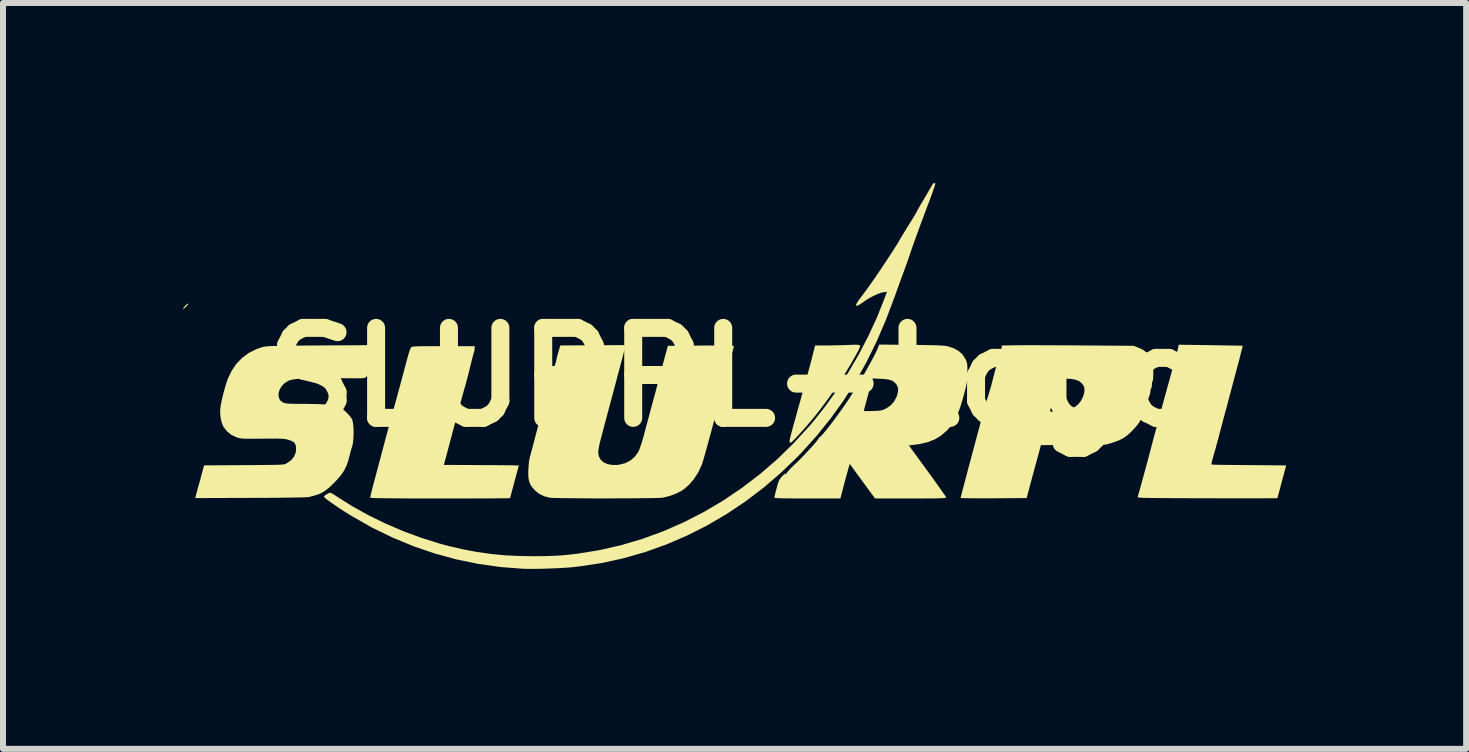
<source format=kicad_pcb>
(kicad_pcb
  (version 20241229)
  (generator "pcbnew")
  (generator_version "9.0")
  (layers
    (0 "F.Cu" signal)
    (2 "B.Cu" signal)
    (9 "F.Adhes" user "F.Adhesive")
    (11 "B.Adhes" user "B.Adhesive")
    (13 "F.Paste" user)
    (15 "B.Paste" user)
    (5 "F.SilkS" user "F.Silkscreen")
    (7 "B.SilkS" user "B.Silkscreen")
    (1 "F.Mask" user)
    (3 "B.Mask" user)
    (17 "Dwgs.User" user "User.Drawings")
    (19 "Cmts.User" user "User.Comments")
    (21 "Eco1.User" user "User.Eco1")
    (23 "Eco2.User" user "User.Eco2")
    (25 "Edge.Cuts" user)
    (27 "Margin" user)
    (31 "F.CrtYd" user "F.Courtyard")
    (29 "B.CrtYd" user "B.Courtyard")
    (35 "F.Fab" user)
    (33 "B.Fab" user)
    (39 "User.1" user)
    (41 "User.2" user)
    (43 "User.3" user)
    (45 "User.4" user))
  (footprint "SLURPL-Logo"
    (layer "F.Cu")
    (at 9.219 3.237)
    (property "Reference" "SLURPL-Logo" (at 0 0 0) (layer "F.SilkS") (effects (font (size 1.5 1.5) (thickness 0.3))))
    (attr board_only exclude_from_pos_files exclude_from_bom)
    (fp_poly (pts (xy -9.134 -1.216) (xy -9.15 -1.194) (xy -9.176 -1.167) (xy -9.202 -1.143) (xy -9.217 -1.132) (xy -9.219 -1.136) (xy -9.219 -1.137) (xy -9.197 -1.172) (xy -9.171 -1.202) (xy -9.149 -1.222) (xy -9.134 -1.226)) (stroke (width 0) (type solid)) (fill yes) (layer "F.SilkS"))
    (fp_poly (pts (xy 2.047 -0.537) (xy 2.065 -0.526) (xy 2.066 -0.505) (xy 2.053 -0.473) (xy 2.029 -0.426) (xy 2.008 -0.388) (xy 1.902 -0.201) (xy 1.782 -0.005) (xy 1.652 0.193) (xy 1.516 0.386) (xy 1.379 0.568) (xy 1.27 0.704) (xy 1.213 0.77) (xy 1.156 0.837) (xy 1.099 0.901) (xy 1.045 0.96) (xy 0.997 1.011) (xy 0.957 1.052) (xy 0.927 1.081) (xy 0.91 1.094) (xy 0.907 1.095) (xy 0.894 1.085) (xy 0.891 1.068) (xy 0.892 1.057) (xy 0.895 1.039) (xy 0.901 1.011) (xy 0.911 0.973) (xy 0.924 0.923) (xy 0.941 0.858) (xy 0.963 0.777) (xy 0.991 0.679) (xy 1.023 0.561) (xy 1.062 0.422) (xy 1.071 0.391) (xy 1.11 0.249) (xy 1.144 0.127) (xy 1.173 0.023) (xy 1.197 -0.067) (xy 1.218 -0.144) (xy 1.237 -0.213) (xy 1.253 -0.275) (xy 1.268 -0.334) (xy 1.277 -0.37) (xy 1.317 -0.529) (xy 1.504 -0.529) (xy 1.59 -0.53) (xy 1.687 -0.532) (xy 1.786 -0.534) (xy 1.874 -0.537) (xy 1.88 -0.537) (xy 1.957 -0.541) (xy 2.012 -0.541)) (stroke (width 0) (type solid)) (fill yes) (layer "F.SilkS"))
    (fp_poly (pts (xy -4.356 -0.489) (xy -4.359 -0.456) (xy -4.366 -0.426) (xy -4.378 -0.386) (xy -4.393 -0.329) (xy -4.411 -0.26) (xy -4.429 -0.186) (xy -4.447 -0.111) (xy -4.452 -0.09) (xy -4.466 -0.036) (xy -4.484 0.033) (xy -4.504 0.107) (xy -4.524 0.179) (xy -4.525 0.18) (xy -4.538 0.226) (xy -4.556 0.292) (xy -4.579 0.374) (xy -4.605 0.47) (xy -4.634 0.577) (xy -4.665 0.69) (xy -4.696 0.808) (xy -4.721 0.902) (xy -4.87 1.462) (xy -4.246 1.465) (xy -4.126 1.466) (xy -4.013 1.466) (xy -3.911 1.467) (xy -3.82 1.468) (xy -3.744 1.469) (xy -3.684 1.47) (xy -3.643 1.47) (xy -3.623 1.471) (xy -3.622 1.471) (xy -3.625 1.483) (xy -3.633 1.515) (xy -3.646 1.564) (xy -3.663 1.626) (xy -3.682 1.698) (xy -3.694 1.743) (xy -3.714 1.819) (xy -3.733 1.888) (xy -3.748 1.945) (xy -3.759 1.987) (xy -3.765 2.012) (xy -3.766 2.016) (xy -3.778 2.017) (xy -3.812 2.018) (xy -3.867 2.018) (xy -3.941 2.019) (xy -4.033 2.02) (xy -4.14 2.02) (xy -4.262 2.02) (xy -4.397 2.021) (xy -4.542 2.021) (xy -4.697 2.021) (xy -4.859 2.021) (xy -4.933 2.021) (xy -5.14 2.021) (xy -5.323 2.021) (xy -5.485 2.021) (xy -5.625 2.02) (xy -5.745 2.019) (xy -5.845 2.018) (xy -5.928 2.017) (xy -5.993 2.016) (xy -6.042 2.014) (xy -6.076 2.012) (xy -6.095 2.01) (xy -6.1 2.008) (xy -6.097 1.993) (xy -6.089 1.958) (xy -6.076 1.906) (xy -6.059 1.84) (xy -6.039 1.764) (xy -6.017 1.68) (xy -6.015 1.674) (xy -5.991 1.584) (xy -5.968 1.497) (xy -5.947 1.417) (xy -5.928 1.349) (xy -5.914 1.295) (xy -5.906 1.263) (xy -5.888 1.197) (xy -5.867 1.117) (xy -5.843 1.026) (xy -5.817 0.93) (xy -5.79 0.831) (xy -5.764 0.733) (xy -5.739 0.641) (xy -5.716 0.557) (xy -5.696 0.486) (xy -5.681 0.432) (xy -5.673 0.403) (xy -5.653 0.332) (xy -5.628 0.239) (xy -5.596 0.122) (xy -5.559 -0.016) (xy -5.517 -0.175) (xy -5.475 -0.331) (xy -5.459 -0.388) (xy -5.443 -0.439) (xy -5.428 -0.476) (xy -5.418 -0.496) (xy -5.418 -0.496) (xy -5.412 -0.501) (xy -5.402 -0.506) (xy -5.387 -0.509) (xy -5.364 -0.512) (xy -5.331 -0.514) (xy -5.286 -0.515) (xy -5.227 -0.516) (xy -5.151 -0.517) (xy -5.057 -0.517) (xy -4.941 -0.517) (xy -4.877 -0.517) (xy -4.356 -0.517)) (stroke (width 0) (type solid)) (fill yes) (layer "F.SilkS"))
    (fp_poly (pts (xy 7.909 -0.534) (xy 8.019 -0.532) (xy 8.122 -0.53) (xy 8.215 -0.529) (xy 8.296 -0.527) (xy 8.361 -0.526) (xy 8.409 -0.525) (xy 8.438 -0.524) (xy 8.444 -0.523) (xy 8.442 -0.511) (xy 8.435 -0.479) (xy 8.422 -0.43) (xy 8.406 -0.366) (xy 8.387 -0.291) (xy 8.365 -0.207) (xy 8.362 -0.197) (xy 8.335 -0.097) (xy 8.307 0.008) (xy 8.279 0.113) (xy 8.253 0.211) (xy 8.23 0.297) (xy 8.218 0.343) (xy 8.198 0.419) (xy 8.178 0.495) (xy 8.159 0.563) (xy 8.144 0.619) (xy 8.136 0.65) (xy 8.124 0.694) (xy 8.108 0.754) (xy 8.09 0.825) (xy 8.07 0.898) (xy 8.061 0.932) (xy 8.042 1.007) (xy 8.021 1.083) (xy 8.002 1.152) (xy 7.987 1.209) (xy 7.981 1.227) (xy 7.958 1.307) (xy 7.942 1.366) (xy 7.931 1.408) (xy 7.925 1.436) (xy 7.924 1.451) (xy 7.925 1.456) (xy 7.938 1.457) (xy 7.973 1.458) (xy 8.027 1.46) (xy 8.098 1.461) (xy 8.185 1.462) (xy 8.284 1.463) (xy 8.393 1.464) (xy 8.511 1.465) (xy 8.55 1.466) (xy 8.669 1.466) (xy 8.781 1.467) (xy 8.883 1.468) (xy 8.973 1.469) (xy 9.049 1.47) (xy 9.108 1.47) (xy 9.148 1.471) (xy 9.167 1.472) (xy 9.169 1.472) (xy 9.166 1.484) (xy 9.157 1.515) (xy 9.144 1.564) (xy 9.128 1.626) (xy 9.108 1.698) (xy 9.096 1.743) (xy 9.076 1.819) (xy 9.058 1.888) (xy 9.042 1.945) (xy 9.031 1.987) (xy 9.025 2.012) (xy 9.024 2.016) (xy 9.012 2.017) (xy 8.979 2.018) (xy 8.925 2.018) (xy 8.854 2.018) (xy 8.766 2.019) (xy 8.665 2.019) (xy 8.552 2.019) (xy 8.429 2.019) (xy 8.299 2.019) (xy 8.163 2.019) (xy 8.024 2.019) (xy 7.883 2.018) (xy 7.743 2.018) (xy 7.606 2.018) (xy 7.473 2.017) (xy 7.347 2.017) (xy 7.23 2.016) (xy 7.123 2.015) (xy 7.03 2.015) (xy 6.951 2.014) (xy 6.89 2.013) (xy 6.86 2.012) (xy 6.793 2.011) (xy 6.746 2.009) (xy 6.716 2.006) (xy 6.7 2.002) (xy 6.694 1.996) (xy 6.696 1.988) (xy 6.701 1.971) (xy 6.711 1.937) (xy 6.726 1.883) (xy 6.747 1.81) (xy 6.772 1.716) (xy 6.804 1.6) (xy 6.84 1.468) (xy 6.856 1.409) (xy 6.875 1.337) (xy 6.895 1.261) (xy 6.912 1.197) (xy 6.932 1.121) (xy 6.956 1.031) (xy 6.982 0.932) (xy 7.011 0.826) (xy 7.04 0.716) (xy 7.07 0.607) (xy 7.098 0.5) (xy 7.126 0.4) (xy 7.15 0.31) (xy 7.172 0.233) (xy 7.188 0.171) (xy 7.2 0.13) (xy 7.202 0.125) (xy 7.216 0.073) (xy 7.235 0.006) (xy 7.255 -0.069) (xy 7.275 -0.144) (xy 7.28 -0.163) (xy 7.297 -0.23) (xy 7.314 -0.294) (xy 7.329 -0.348) (xy 7.34 -0.387) (xy 7.344 -0.397) (xy 7.357 -0.442) (xy 7.367 -0.486) (xy 7.369 -0.496) (xy 7.377 -0.541)) (stroke (width 0) (type solid)) (fill yes) (layer "F.SilkS"))
    (fp_poly (pts (xy 5.015 -0.533) (xy 5.139 -0.532) (xy 5.274 -0.532) (xy 5.416 -0.531) (xy 5.562 -0.531) (xy 5.711 -0.53) (xy 5.775 -0.529) (xy 6.624 -0.523) (xy 6.7 -0.495) (xy 6.781 -0.458) (xy 6.843 -0.412) (xy 6.891 -0.354) (xy 6.915 -0.313) (xy 6.932 -0.279) (xy 6.943 -0.251) (xy 6.95 -0.223) (xy 6.953 -0.188) (xy 6.954 -0.14) (xy 6.955 -0.088) (xy 6.954 -0.027) (xy 6.951 0.021) (xy 6.947 0.054) (xy 6.943 0.066) (xy 6.935 0.082) (xy 6.931 0.112) (xy 6.931 0.126) (xy 6.928 0.16) (xy 6.922 0.183) (xy 6.919 0.186) (xy 6.91 0.202) (xy 6.907 0.232) (xy 6.906 0.236) (xy 6.901 0.274) (xy 6.887 0.316) (xy 6.882 0.328) (xy 6.867 0.37) (xy 6.859 0.413) (xy 6.858 0.423) (xy 6.855 0.454) (xy 6.848 0.474) (xy 6.846 0.475) (xy 6.836 0.492) (xy 6.834 0.505) (xy 6.829 0.529) (xy 6.816 0.563) (xy 6.811 0.573) (xy 6.792 0.611) (xy 6.769 0.658) (xy 6.757 0.684) (xy 6.733 0.731) (xy 6.708 0.771) (xy 6.677 0.811) (xy 6.637 0.856) (xy 6.588 0.908) (xy 6.527 0.964) (xy 6.469 1.007) (xy 6.406 1.042) (xy 6.33 1.073) (xy 6.275 1.091) (xy 6.167 1.124) (xy 5.624 1.128) (xy 5.081 1.133) (xy 5.006 1.412) (xy 4.981 1.502) (xy 4.956 1.596) (xy 4.931 1.687) (xy 4.909 1.769) (xy 4.891 1.836) (xy 4.887 1.853) (xy 4.843 2.015) (xy 4.292 2.019) (xy 4.18 2.019) (xy 4.075 2.019) (xy 3.981 2.019) (xy 3.898 2.018) (xy 3.831 2.017) (xy 3.781 2.016) (xy 3.751 2.014) (xy 3.742 2.013) (xy 3.745 1.999) (xy 3.754 1.965) (xy 3.767 1.912) (xy 3.786 1.843) (xy 3.808 1.759) (xy 3.833 1.664) (xy 3.861 1.558) (xy 3.891 1.445) (xy 3.923 1.327) (xy 3.955 1.206) (xy 3.988 1.084) (xy 4.018 0.972) (xy 4.034 0.91) (xy 4.053 0.842) (xy 4.067 0.787) (xy 4.096 0.681) (xy 4.119 0.595) (xy 4.127 0.566) (xy 5.234 0.566) (xy 5.245 0.573) (xy 5.276 0.576) (xy 5.323 0.576) (xy 5.381 0.573) (xy 5.446 0.566) (xy 5.448 0.565) (xy 5.544 0.546) (xy 5.623 0.513) (xy 5.689 0.464) (xy 5.7 0.455) (xy 5.744 0.401) (xy 5.778 0.339) (xy 5.8 0.275) (xy 5.808 0.214) (xy 5.801 0.162) (xy 5.795 0.148) (xy 5.762 0.101) (xy 5.717 0.065) (xy 5.656 0.042) (xy 5.578 0.028) (xy 5.481 0.024) (xy 5.38 0.024) (xy 5.368 0.063) (xy 5.36 0.09) (xy 5.347 0.133) (xy 5.332 0.189) (xy 5.315 0.252) (xy 5.297 0.319) (xy 5.28 0.386) (xy 5.263 0.448) (xy 5.25 0.501) (xy 5.24 0.54) (xy 5.234 0.563) (xy 5.234 0.566) (xy 4.127 0.566) (xy 4.138 0.526) (xy 4.154 0.469) (xy 4.167 0.423) (xy 4.179 0.382) (xy 4.191 0.345) (xy 4.199 0.319) (xy 4.219 0.255) (xy 4.24 0.183) (xy 4.258 0.119) (xy 4.261 0.108) (xy 4.291 -0.01) (xy 4.316 -0.106) (xy 4.337 -0.181) (xy 4.352 -0.237) (xy 4.36 -0.265) (xy 4.373 -0.309) (xy 4.385 -0.361) (xy 4.391 -0.388) (xy 4.401 -0.426) (xy 4.41 -0.454) (xy 4.417 -0.464) (xy 4.425 -0.48) (xy 4.428 -0.499) (xy 4.428 -0.528) (xy 4.678 -0.532) (xy 4.733 -0.532) (xy 4.809 -0.533) (xy 4.904 -0.533)) (stroke (width 0) (type solid)) (fill yes) (layer "F.SilkS"))
    (fp_poly (pts (xy 2.923 -0.538) (xy 3.056 -0.537) (xy 3.167 -0.535) (xy 3.259 -0.534) (xy 3.334 -0.532) (xy 3.393 -0.529) (xy 3.441 -0.526) (xy 3.478 -0.523) (xy 3.507 -0.519) (xy 3.53 -0.514) (xy 3.535 -0.513) (xy 3.633 -0.48) (xy 3.711 -0.436) (xy 3.773 -0.38) (xy 3.819 -0.31) (xy 3.823 -0.303) (xy 3.837 -0.273) (xy 3.846 -0.247) (xy 3.852 -0.218) (xy 3.855 -0.182) (xy 3.856 -0.131) (xy 3.856 -0.078) (xy 3.855 -0.017) (xy 3.853 0.033) (xy 3.848 0.077) (xy 3.84 0.123) (xy 3.828 0.177) (xy 3.81 0.246) (xy 3.804 0.269) (xy 3.767 0.402) (xy 3.731 0.515) (xy 3.695 0.611) (xy 3.658 0.692) (xy 3.618 0.762) (xy 3.573 0.823) (xy 3.523 0.88) (xy 3.508 0.895) (xy 3.415 0.975) (xy 3.312 1.037) (xy 3.198 1.082) (xy 3.069 1.113) (xy 3.005 1.122) (xy 2.88 1.137) (xy 3.191 1.563) (xy 3.256 1.652) (xy 3.316 1.736) (xy 3.37 1.812) (xy 3.417 1.878) (xy 3.455 1.933) (xy 3.483 1.973) (xy 3.498 1.998) (xy 3.501 2.005) (xy 3.498 2.009) (xy 3.488 2.012) (xy 3.467 2.014) (xy 3.436 2.017) (xy 3.392 2.018) (xy 3.333 2.02) (xy 3.257 2.02) (xy 3.162 2.021) (xy 3.047 2.021) (xy 2.91 2.021) (xy 2.908 2.021) (xy 2.316 2.021) (xy 2.105 1.734) (xy 1.895 1.446) (xy 1.876 1.508) (xy 1.867 1.54) (xy 1.854 1.589) (xy 1.836 1.653) (xy 1.817 1.724) (xy 1.798 1.796) (xy 1.739 2.021) (xy 1.188 2.021) (xy 1.051 2.021) (xy 0.936 2.021) (xy 0.842 2.02) (xy 0.768 2.019) (xy 0.712 2.017) (xy 0.673 2.015) (xy 0.649 2.012) (xy 0.638 2.008) (xy 0.638 2.007) (xy 0.641 1.991) (xy 0.649 1.956) (xy 0.661 1.908) (xy 0.675 1.852) (xy 0.675 1.852) (xy 0.692 1.791) (xy 0.706 1.747) (xy 0.719 1.715) (xy 0.736 1.689) (xy 0.758 1.662) (xy 0.773 1.646) (xy 0.799 1.619) (xy 0.816 1.603) (xy 0.819 1.601) (xy 0.818 1.604) (xy 0.809 1.619) (xy 0.816 1.62) (xy 0.821 1.618) (xy 0.84 1.603) (xy 0.854 1.583) (xy 0.869 1.564) (xy 0.897 1.533) (xy 0.935 1.495) (xy 0.979 1.453) (xy 0.981 1.451) (xy 1.023 1.411) (xy 1.072 1.362) (xy 1.124 1.309) (xy 1.177 1.252) (xy 1.229 1.197) (xy 1.277 1.144) (xy 1.318 1.097) (xy 1.349 1.059) (xy 1.369 1.033) (xy 1.375 1.022) (xy 1.382 1.009) (xy 1.395 0.999) (xy 1.414 0.983) (xy 1.446 0.949) (xy 1.487 0.9) (xy 1.536 0.839) (xy 1.59 0.769) (xy 1.649 0.691) (xy 1.709 0.609) (xy 1.743 0.562) (xy 2.13 0.562) (xy 2.141 0.564) (xy 2.172 0.565) (xy 2.217 0.565) (xy 2.273 0.564) (xy 2.277 0.564) (xy 2.342 0.561) (xy 2.389 0.558) (xy 2.424 0.552) (xy 2.454 0.543) (xy 2.485 0.53) (xy 2.493 0.526) (xy 2.572 0.474) (xy 2.634 0.406) (xy 2.677 0.323) (xy 2.684 0.302) (xy 2.7 0.236) (xy 2.7 0.184) (xy 2.685 0.14) (xy 2.663 0.108) (xy 2.632 0.078) (xy 2.596 0.056) (xy 2.548 0.041) (xy 2.485 0.032) (xy 2.41 0.027) (xy 2.276 0.021) (xy 2.257 0.086) (xy 2.245 0.128) (xy 2.231 0.182) (xy 2.214 0.244) (xy 2.196 0.311) (xy 2.178 0.377) (xy 2.161 0.439) (xy 2.147 0.492) (xy 2.137 0.533) (xy 2.131 0.557) (xy 2.13 0.562) (xy 1.743 0.562) (xy 1.769 0.526) (xy 1.827 0.442) (xy 1.862 0.391) (xy 1.919 0.303) (xy 1.98 0.207) (xy 2.042 0.104) (xy 2.105 -0.001) (xy 2.165 -0.106) (xy 2.221 -0.207) (xy 2.272 -0.3) (xy 2.315 -0.382) (xy 2.348 -0.45) (xy 2.365 -0.491) (xy 2.386 -0.544)) (stroke (width 0) (type solid)) (fill yes) (layer "F.SilkS"))
    (fp_poly (pts (xy 3.319 -3.23) (xy 3.321 -3.222) (xy 3.317 -3.207) (xy 3.307 -3.174) (xy 3.291 -3.129) (xy 3.273 -3.076) (xy 3.253 -3.02) (xy 3.233 -2.966) (xy 3.216 -2.92) (xy 3.203 -2.886) (xy 3.201 -2.882) (xy 3.191 -2.857) (xy 3.177 -2.82) (xy 3.166 -2.791) (xy 3.111 -2.642) (xy 3.063 -2.513) (xy 3.023 -2.403) (xy 2.989 -2.309) (xy 2.96 -2.229) (xy 2.936 -2.161) (xy 2.916 -2.103) (xy 2.899 -2.054) (xy 2.894 -2.039) (xy 2.877 -1.989) (xy 2.854 -1.921) (xy 2.826 -1.844) (xy 2.797 -1.764) (xy 2.768 -1.686) (xy 2.743 -1.618) (xy 2.732 -1.588) (xy 2.715 -1.54) (xy 2.692 -1.479) (xy 2.667 -1.408) (xy 2.641 -1.333) (xy 2.637 -1.324) (xy 2.493 -0.944) (xy 2.338 -0.585) (xy 2.17 -0.244) (xy 1.988 0.08) (xy 1.791 0.39) (xy 1.578 0.686) (xy 1.349 0.971) (xy 1.102 1.246) (xy 1.03 1.321) (xy 0.75 1.591) (xy 0.458 1.842) (xy 0.154 2.073) (xy -0.161 2.283) (xy -0.485 2.473) (xy -0.819 2.641) (xy -1.161 2.788) (xy -1.51 2.913) (xy -1.867 3.016) (xy -2.229 3.096) (xy -2.596 3.152) (xy -2.755 3.17) (xy -2.84 3.176) (xy -2.94 3.182) (xy -3.05 3.187) (xy -3.166 3.191) (xy -3.279 3.194) (xy -3.386 3.195) (xy -3.48 3.195) (xy -3.55 3.193) (xy -3.922 3.165) (xy -4.292 3.113) (xy -4.658 3.038) (xy -5.019 2.94) (xy -5.374 2.819) (xy -5.722 2.675) (xy -6.064 2.509) (xy -6.397 2.32) (xy -6.435 2.297) (xy -6.517 2.246) (xy -6.596 2.195) (xy -6.67 2.145) (xy -6.736 2.1) (xy -6.791 2.06) (xy -6.834 2.028) (xy -6.861 2.004) (xy -6.87 1.992) (xy -6.861 1.978) (xy -6.837 1.96) (xy -6.807 1.942) (xy -6.779 1.929) (xy -6.763 1.925) (xy -6.747 1.932) (xy -6.717 1.949) (xy -6.678 1.973) (xy -6.656 1.988) (xy -6.401 2.149) (xy -6.127 2.301) (xy -5.84 2.441) (xy -5.544 2.568) (xy -5.243 2.679) (xy -4.943 2.773) (xy -4.783 2.816) (xy -4.544 2.871) (xy -4.315 2.914) (xy -4.09 2.946) (xy -3.862 2.968) (xy -3.624 2.98) (xy -3.381 2.984) (xy -3.242 2.983) (xy -3.12 2.981) (xy -3.011 2.976) (xy -2.907 2.97) (xy -2.803 2.96) (xy -2.693 2.948) (xy -2.644 2.942) (xy -2.279 2.883) (xy -1.919 2.801) (xy -1.564 2.696) (xy -1.216 2.569) (xy -0.875 2.42) (xy -0.543 2.25) (xy -0.22 2.06) (xy 0.092 1.849) (xy 0.394 1.619) (xy 0.683 1.37) (xy 0.958 1.102) (xy 1.22 0.817) (xy 1.286 0.74) (xy 1.49 0.482) (xy 1.687 0.206) (xy 1.873 -0.082) (xy 2.046 -0.38) (xy 2.203 -0.682) (xy 2.343 -0.985) (xy 2.454 -1.26) (xy 2.472 -1.309) (xy 2.488 -1.353) (xy 2.5 -1.384) (xy 2.502 -1.388) (xy 2.515 -1.423) (xy 2.456 -1.416) (xy 2.409 -1.405) (xy 2.348 -1.382) (xy 2.281 -1.35) (xy 2.211 -1.312) (xy 2.146 -1.271) (xy 2.112 -1.246) (xy 2.06 -1.21) (xy 2.023 -1.192) (xy 2.003 -1.191) (xy 2 -1.207) (xy 2.015 -1.239) (xy 2.047 -1.288) (xy 2.057 -1.301) (xy 2.116 -1.379) (xy 2.184 -1.471) (xy 2.256 -1.572) (xy 2.327 -1.674) (xy 2.35 -1.709) (xy 2.397 -1.777) (xy 2.446 -1.851) (xy 2.496 -1.926) (xy 2.545 -2) (xy 2.591 -2.071) (xy 2.633 -2.135) (xy 2.668 -2.191) (xy 2.696 -2.234) (xy 2.713 -2.263) (xy 2.719 -2.275) (xy 2.725 -2.287) (xy 2.743 -2.317) (xy 2.769 -2.361) (xy 2.803 -2.416) (xy 2.842 -2.479) (xy 2.861 -2.511) (xy 2.903 -2.578) (xy 2.941 -2.639) (xy 2.973 -2.691) (xy 2.996 -2.731) (xy 3.01 -2.755) (xy 3.012 -2.759) (xy 3.02 -2.776) (xy 3.039 -2.81) (xy 3.066 -2.858) (xy 3.099 -2.915) (xy 3.137 -2.978) (xy 3.139 -2.982) (xy 3.177 -3.046) (xy 3.211 -3.105) (xy 3.24 -3.154) (xy 3.261 -3.19) (xy 3.271 -3.209) (xy 3.272 -3.21) (xy 3.288 -3.229) (xy 3.306 -3.237)) (stroke (width 0) (type solid)) (fill yes) (layer "F.SilkS"))
    (fp_poly (pts (xy -1.88 -0.534) (xy -1.851 -0.533) (xy -1.843 -0.533) (xy -1.844 -0.521) (xy -1.851 -0.49) (xy -1.863 -0.442) (xy -1.879 -0.382) (xy -1.897 -0.312) (xy -1.901 -0.298) (xy -1.923 -0.216) (xy -1.946 -0.131) (xy -1.968 -0.05) (xy -1.986 0.02) (xy -1.998 0.066) (xy -2.015 0.128) (xy -2.035 0.205) (xy -2.057 0.287) (xy -2.078 0.365) (xy -2.082 0.379) (xy -2.117 0.511) (xy -2.153 0.646) (xy -2.188 0.777) (xy -2.221 0.901) (xy -2.249 1.009) (xy -2.264 1.065) (xy -2.278 1.124) (xy -2.289 1.181) (xy -2.296 1.227) (xy -2.298 1.251) (xy -2.288 1.319) (xy -2.257 1.375) (xy -2.209 1.419) (xy -2.145 1.448) (xy -2.067 1.463) (xy -1.977 1.462) (xy -1.954 1.459) (xy -1.851 1.434) (xy -1.763 1.39) (xy -1.69 1.328) (xy -1.632 1.247) (xy -1.622 1.227) (xy -1.607 1.192) (xy -1.589 1.14) (xy -1.568 1.076) (xy -1.548 1.006) (xy -1.539 0.975) (xy -1.52 0.904) (xy -1.502 0.834) (xy -1.485 0.772) (xy -1.472 0.725) (xy -1.468 0.71) (xy -1.454 0.659) (xy -1.438 0.597) (xy -1.422 0.537) (xy -1.42 0.529) (xy -1.404 0.47) (xy -1.387 0.408) (xy -1.373 0.355) (xy -1.371 0.349) (xy -1.361 0.312) (xy -1.346 0.258) (xy -1.328 0.191) (xy -1.308 0.115) (xy -1.288 0.038) (xy -1.287 0.036) (xy -1.264 -0.05) (xy -1.24 -0.141) (xy -1.216 -0.23) (xy -1.195 -0.309) (xy -1.181 -0.361) (xy -1.137 -0.523) (xy -0.587 -0.527) (xy -0.474 -0.527) (xy -0.369 -0.527) (xy -0.275 -0.527) (xy -0.192 -0.526) (xy -0.125 -0.525) (xy -0.075 -0.524) (xy -0.045 -0.522) (xy -0.036 -0.521) (xy -0.039 -0.506) (xy -0.047 -0.473) (xy -0.059 -0.428) (xy -0.067 -0.397) (xy -0.082 -0.341) (xy -0.101 -0.271) (xy -0.121 -0.194) (xy -0.141 -0.119) (xy -0.144 -0.108) (xy -0.163 -0.038) (xy -0.181 0.033) (xy -0.199 0.098) (xy -0.212 0.148) (xy -0.214 0.156) (xy -0.229 0.21) (xy -0.246 0.275) (xy -0.264 0.342) (xy -0.271 0.367) (xy -0.323 0.565) (xy -0.371 0.745) (xy -0.415 0.907) (xy -0.454 1.051) (xy -0.488 1.175) (xy -0.517 1.279) (xy -0.541 1.362) (xy -0.559 1.423) (xy -0.572 1.461) (xy -0.575 1.468) (xy -0.63 1.586) (xy -0.7 1.694) (xy -0.779 1.788) (xy -0.866 1.865) (xy -0.917 1.899) (xy -1.006 1.943) (xy -1.107 1.98) (xy -1.21 2.006) (xy -1.227 2.009) (xy -1.253 2.011) (xy -1.299 2.013) (xy -1.365 2.014) (xy -1.448 2.016) (xy -1.545 2.017) (xy -1.655 2.018) (xy -1.773 2.019) (xy -1.899 2.019) (xy -2.03 2.02) (xy -2.164 2.02) (xy -2.297 2.02) (xy -2.428 2.02) (xy -2.554 2.019) (xy -2.673 2.018) (xy -2.783 2.017) (xy -2.88 2.016) (xy -2.963 2.015) (xy -3.03 2.013) (xy -3.077 2.011) (xy -3.103 2.009) (xy -3.104 2.009) (xy -3.199 1.985) (xy -3.278 1.947) (xy -3.346 1.893) (xy -3.359 1.88) (xy -3.401 1.832) (xy -3.431 1.786) (xy -3.45 1.736) (xy -3.461 1.678) (xy -3.464 1.605) (xy -3.462 1.536) (xy -3.457 1.462) (xy -3.45 1.395) (xy -3.44 1.341) (xy -3.436 1.324) (xy -3.426 1.292) (xy -3.413 1.241) (xy -3.395 1.177) (xy -3.376 1.103) (xy -3.355 1.025) (xy -3.35 1.005) (xy -3.33 0.927) (xy -3.31 0.853) (xy -3.293 0.789) (xy -3.279 0.737) (xy -3.27 0.704) (xy -3.268 0.698) (xy -3.257 0.66) (xy -3.242 0.608) (xy -3.227 0.554) (xy -3.225 0.547) (xy -3.211 0.5) (xy -3.198 0.458) (xy -3.19 0.431) (xy -3.188 0.427) (xy -3.179 0.401) (xy -3.169 0.365) (xy -3.156 0.314) (xy -3.152 0.301) (xy -3.144 0.265) (xy -3.13 0.214) (xy -3.115 0.155) (xy -3.099 0.097) (xy -3.085 0.045) (xy -3.079 0.024) (xy -3.061 -0.042) (xy -3.045 -0.107) (xy -3.036 -0.15) (xy -3.028 -0.18) (xy -3.021 -0.199) (xy -3.014 -0.216) (xy -3.004 -0.249) (xy -2.997 -0.283) (xy -2.987 -0.327) (xy -2.977 -0.366) (xy -2.972 -0.385) (xy -2.963 -0.415) (xy -2.951 -0.455) (xy -2.946 -0.472) (xy -2.931 -0.529) (xy -2.389 -0.532) (xy -2.277 -0.533) (xy -2.173 -0.533) (xy -2.079 -0.534) (xy -1.997 -0.534) (xy -1.93 -0.534)) (stroke (width 0) (type solid)) (fill yes) (layer "F.SilkS"))
    (fp_poly (pts (xy -6.148 -0.533) (xy -6.092 -0.532) (xy -6.055 -0.532) (xy -6.042 -0.531) (xy -6.024 -0.526) (xy -6.017 -0.513) (xy -6.019 -0.483) (xy -6.019 -0.481) (xy -6.029 -0.438) (xy -6.044 -0.398) (xy -6.045 -0.396) (xy -6.058 -0.359) (xy -6.064 -0.325) (xy -6.064 -0.324) (xy -6.068 -0.297) (xy -6.076 -0.283) (xy -6.084 -0.267) (xy -6.088 -0.238) (xy -6.088 -0.235) (xy -6.092 -0.205) (xy -6.099 -0.187) (xy -6.1 -0.186) (xy -6.109 -0.17) (xy -6.112 -0.148) (xy -6.119 -0.099) (xy -6.135 -0.05) (xy -6.158 -0.012) (xy -6.169 -0.00007) (xy -6.178 0.006) (xy -6.189 0.011) (xy -6.205 0.014) (xy -6.228 0.017) (xy -6.262 0.018) (xy -6.307 0.019) (xy -6.368 0.019) (xy -6.446 0.018) (xy -6.543 0.017) (xy -6.621 0.016) (xy -6.798 0.014) (xy -6.952 0.014) (xy -7.084 0.016) (xy -7.196 0.02) (xy -7.288 0.026) (xy -7.362 0.035) (xy -7.418 0.045) (xy -7.459 0.058) (xy -7.463 0.06) (xy -7.522 0.097) (xy -7.569 0.144) (xy -7.603 0.197) (xy -7.623 0.252) (xy -7.627 0.306) (xy -7.616 0.356) (xy -7.589 0.397) (xy -7.544 0.426) (xy -7.544 0.426) (xy -7.525 0.432) (xy -7.5 0.437) (xy -7.466 0.44) (xy -7.42 0.443) (xy -7.359 0.444) (xy -7.28 0.445) (xy -7.186 0.445) (xy -7.044 0.447) (xy -6.923 0.45) (xy -6.823 0.457) (xy -6.74 0.467) (xy -6.672 0.48) (xy -6.618 0.496) (xy -6.608 0.5) (xy -6.57 0.522) (xy -6.525 0.558) (xy -6.479 0.603) (xy -6.437 0.649) (xy -6.407 0.691) (xy -6.4 0.703) (xy -6.389 0.742) (xy -6.381 0.798) (xy -6.376 0.866) (xy -6.375 0.94) (xy -6.378 1.014) (xy -6.384 1.081) (xy -6.394 1.137) (xy -6.399 1.154) (xy -6.416 1.207) (xy -6.431 1.263) (xy -6.437 1.287) (xy -6.464 1.392) (xy -6.495 1.48) (xy -6.534 1.558) (xy -6.585 1.632) (xy -6.65 1.708) (xy -6.699 1.76) (xy -6.771 1.829) (xy -6.833 1.881) (xy -6.892 1.92) (xy -6.951 1.949) (xy -7.016 1.97) (xy -7.027 1.973) (xy -7.071 1.985) (xy -7.114 1.996) (xy -7.123 1.998) (xy -7.142 2) (xy -7.182 2.002) (xy -7.243 2.004) (xy -7.322 2.005) (xy -7.418 2.007) (xy -7.527 2.008) (xy -7.649 2.01) (xy -7.781 2.011) (xy -7.922 2.012) (xy -8.07 2.012) (xy -8.089 2.012) (xy -9.013 2.015) (xy -9.007 1.985) (xy -9.002 1.964) (xy -8.991 1.924) (xy -8.977 1.87) (xy -8.96 1.807) (xy -8.947 1.763) (xy -8.928 1.694) (xy -8.911 1.63) (xy -8.896 1.575) (xy -8.885 1.535) (xy -8.881 1.52) (xy -8.867 1.47) (xy -8.203 1.466) (xy -8.06 1.465) (xy -7.938 1.464) (xy -7.837 1.463) (xy -7.754 1.462) (xy -7.687 1.461) (xy -7.634 1.46) (xy -7.593 1.458) (xy -7.562 1.456) (xy -7.539 1.453) (xy -7.522 1.449) (xy -7.51 1.445) (xy -7.499 1.44) (xy -7.49 1.435) (xy -7.418 1.385) (xy -7.369 1.326) (xy -7.341 1.259) (xy -7.339 1.251) (xy -7.333 1.185) (xy -7.341 1.131) (xy -7.362 1.092) (xy -7.386 1.074) (xy -7.42 1.059) (xy -7.45 1.048) (xy -7.479 1.039) (xy -7.511 1.032) (xy -7.55 1.028) (xy -7.597 1.025) (xy -7.657 1.024) (xy -7.732 1.024) (xy -7.827 1.024) (xy -7.887 1.025) (xy -7.99 1.026) (xy -8.073 1.026) (xy -8.137 1.026) (xy -8.187 1.025) (xy -8.225 1.023) (xy -8.255 1.02) (xy -8.28 1.015) (xy -8.303 1.009) (xy -8.327 1.002) (xy -8.331 1) (xy -8.412 0.962) (xy -8.483 0.905) (xy -8.539 0.834) (xy -8.553 0.81) (xy -8.578 0.743) (xy -8.594 0.662) (xy -8.6 0.576) (xy -8.597 0.523) (xy -8.589 0.464) (xy -8.574 0.389) (xy -8.554 0.304) (xy -8.531 0.217) (xy -8.507 0.132) (xy -8.483 0.058) (xy -8.472 0.028) (xy -8.408 -0.106) (xy -8.328 -0.224) (xy -8.231 -0.324) (xy -8.119 -0.406) (xy -7.992 -0.469) (xy -7.917 -0.495) (xy -7.9 -0.5) (xy -7.883 -0.505) (xy -7.864 -0.509) (xy -7.843 -0.512) (xy -7.816 -0.515) (xy -7.783 -0.517) (xy -7.741 -0.519) (xy -7.689 -0.521) (xy -7.625 -0.522) (xy -7.546 -0.523) (xy -7.452 -0.525) (xy -7.341 -0.526) (xy -7.21 -0.527) (xy -7.058 -0.528) (xy -6.949 -0.529) (xy -6.805 -0.53) (xy -6.667 -0.531) (xy -6.539 -0.531) (xy -6.42 -0.532) (xy -6.315 -0.532) (xy -6.223 -0.533)) (stroke (width 0) (type solid)) (fill yes) (layer "F.SilkS")))
  (gr_rect
    (start -3 -3)
    (end 21.388 9.432)
    (stroke (width 0.1) (type default))
    (fill no)
    (layer "Edge.Cuts")))
</source>
